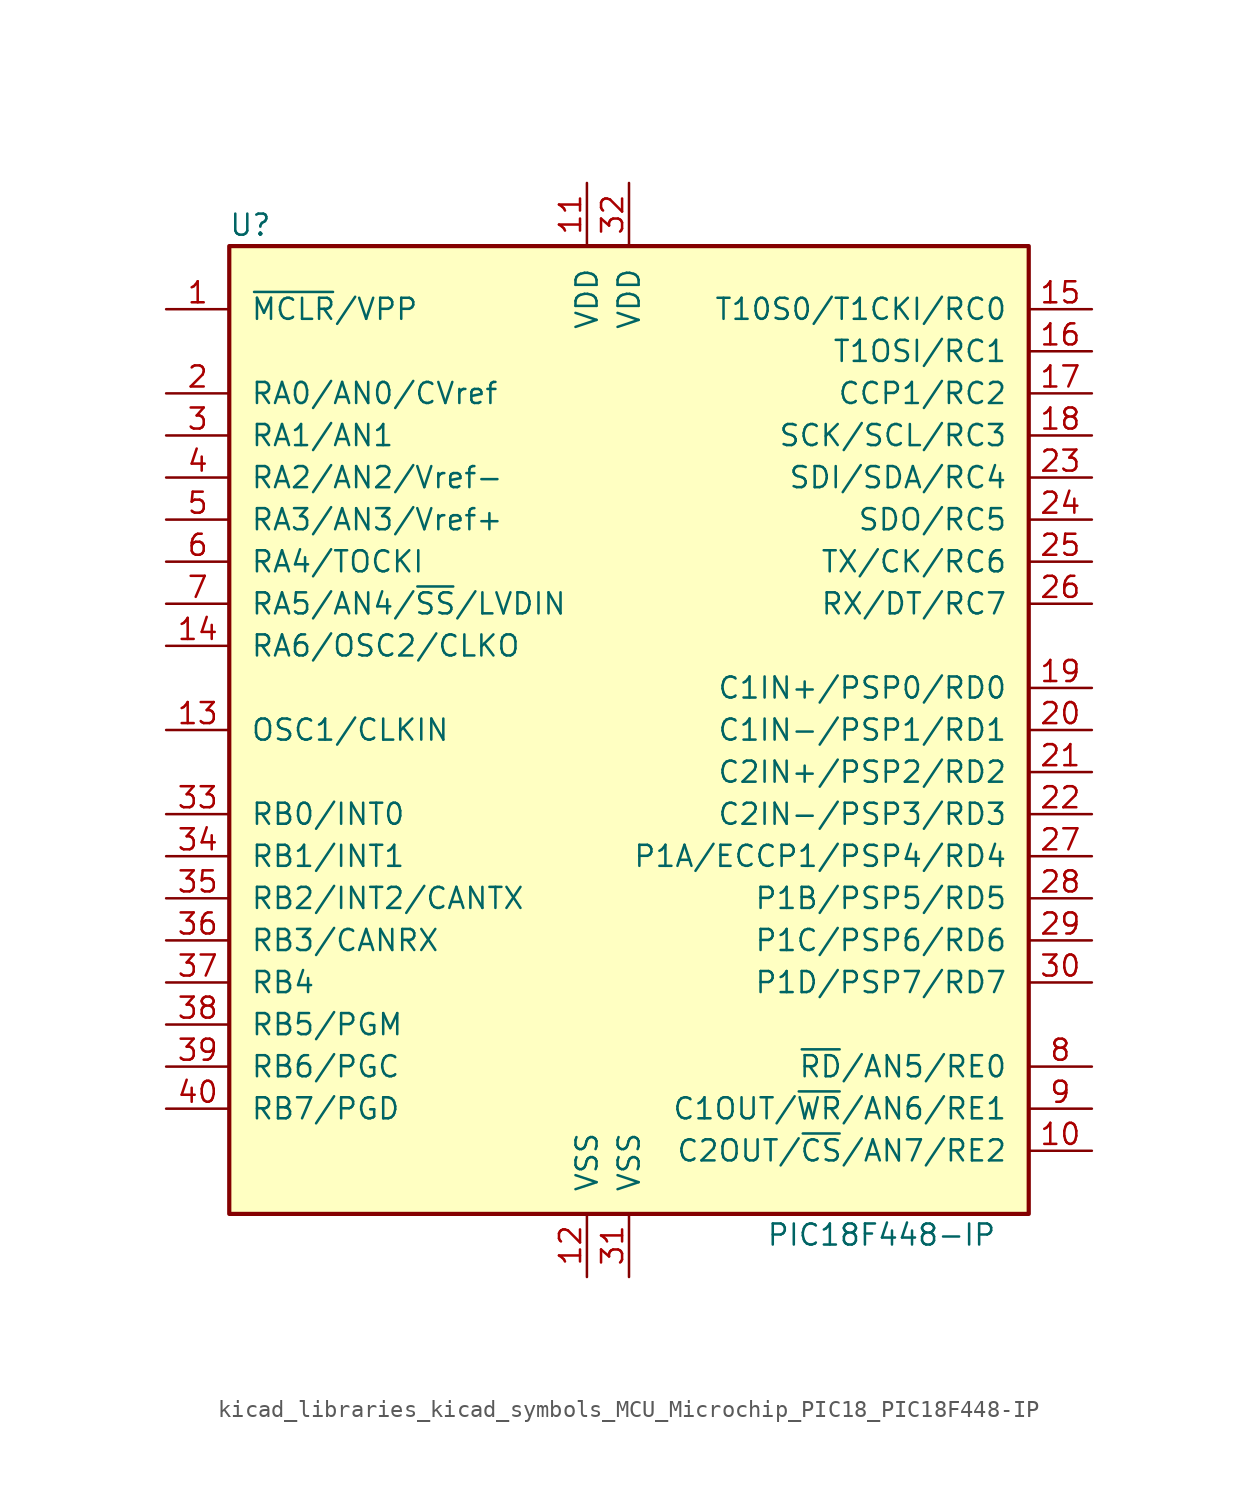
<source format=kicad_sym>
(kicad_symbol_lib
  (version 20220914)
  (generator kicad_symbol_editor)
  (symbol "kicad_libraries_kicad_symbols_MCU_Microchip_PIC18_PIC18F448-IP"
    (pin_names
      (offset 1.27))
    (property "Reference" "U"
      (at -22.86 30.48 0)
      (effects (font (size 1.27 1.27))))
    (property "Value" "PIC18F448-IP"
      (at 15.24 -30.48 0)
      (effects (font (size 1.27 1.27))))
    (symbol "kicad_libraries_kicad_symbols_MCU_Microchip_PIC18_PIC18F448-IP_0_1"
      (rectangle (start -24.13 -29.21) (end 24.13 29.21) (stroke (width 0.254) (type default)) (fill (type background))))
    (symbol "kicad_libraries_kicad_symbols_MCU_Microchip_PIC18_PIC18F448-IP_1_1"
      (pin input line (at -27.94 25.4 0) (length 3.81) (name "~{MCLR}/VPP" (effects (font (size 1.27 1.27)))) (number "1" (effects (font (size 1.27 1.27)))))
      (pin bidirectional line (at 27.94 -25.4 180) (length 3.81) (name "C2OUT/~{CS}/AN7/RE2" (effects (font (size 1.27 1.27)))) (number "10" (effects (font (size 1.27 1.27)))))
      (pin power_in line (at -2.54 33.02 270) (length 3.81) (name "VDD" (effects (font (size 1.27 1.27)))) (number "11" (effects (font (size 1.27 1.27)))))
      (pin power_in line (at -2.54 -33.02 90) (length 3.81) (name "VSS" (effects (font (size 1.27 1.27)))) (number "12" (effects (font (size 1.27 1.27)))))
      (pin input line (at -27.94 0 0) (length 3.81) (name "OSC1/CLKIN" (effects (font (size 1.27 1.27)))) (number "13" (effects (font (size 1.27 1.27)))))
      (pin output line (at -27.94 5.08 0) (length 3.81) (name "RA6/OSC2/CLKO" (effects (font (size 1.27 1.27)))) (number "14" (effects (font (size 1.27 1.27)))))
      (pin bidirectional line (at 27.94 25.4 180) (length 3.81) (name "T10S0/T1CKI/RC0" (effects (font (size 1.27 1.27)))) (number "15" (effects (font (size 1.27 1.27)))))
      (pin bidirectional line (at 27.94 22.86 180) (length 3.81) (name "T1OSI/RC1" (effects (font (size 1.27 1.27)))) (number "16" (effects (font (size 1.27 1.27)))))
      (pin bidirectional line (at 27.94 20.32 180) (length 3.81) (name "CCP1/RC2" (effects (font (size 1.27 1.27)))) (number "17" (effects (font (size 1.27 1.27)))))
      (pin bidirectional line (at 27.94 17.78 180) (length 3.81) (name "SCK/SCL/RC3" (effects (font (size 1.27 1.27)))) (number "18" (effects (font (size 1.27 1.27)))))
      (pin bidirectional line (at 27.94 2.54 180) (length 3.81) (name "C1IN+/PSP0/RD0" (effects (font (size 1.27 1.27)))) (number "19" (effects (font (size 1.27 1.27)))))
      (pin bidirectional line (at -27.94 20.32 0) (length 3.81) (name "RA0/AN0/CVref" (effects (font (size 1.27 1.27)))) (number "2" (effects (font (size 1.27 1.27)))))
      (pin bidirectional line (at 27.94 0 180) (length 3.81) (name "C1IN-/PSP1/RD1" (effects (font (size 1.27 1.27)))) (number "20" (effects (font (size 1.27 1.27)))))
      (pin bidirectional line (at 27.94 -2.54 180) (length 3.81) (name "C2IN+/PSP2/RD2" (effects (font (size 1.27 1.27)))) (number "21" (effects (font (size 1.27 1.27)))))
      (pin bidirectional line (at 27.94 -5.08 180) (length 3.81) (name "C2IN-/PSP3/RD3" (effects (font (size 1.27 1.27)))) (number "22" (effects (font (size 1.27 1.27)))))
      (pin bidirectional line (at 27.94 15.24 180) (length 3.81) (name "SDI/SDA/RC4" (effects (font (size 1.27 1.27)))) (number "23" (effects (font (size 1.27 1.27)))))
      (pin bidirectional line (at 27.94 12.7 180) (length 3.81) (name "SDO/RC5" (effects (font (size 1.27 1.27)))) (number "24" (effects (font (size 1.27 1.27)))))
      (pin bidirectional line (at 27.94 10.16 180) (length 3.81) (name "TX/CK/RC6" (effects (font (size 1.27 1.27)))) (number "25" (effects (font (size 1.27 1.27)))))
      (pin bidirectional line (at 27.94 7.62 180) (length 3.81) (name "RX/DT/RC7" (effects (font (size 1.27 1.27)))) (number "26" (effects (font (size 1.27 1.27)))))
      (pin bidirectional line (at 27.94 -7.62 180) (length 3.81) (name "P1A/ECCP1/PSP4/RD4" (effects (font (size 1.27 1.27)))) (number "27" (effects (font (size 1.27 1.27)))))
      (pin bidirectional line (at 27.94 -10.16 180) (length 3.81) (name "P1B/PSP5/RD5" (effects (font (size 1.27 1.27)))) (number "28" (effects (font (size 1.27 1.27)))))
      (pin bidirectional line (at 27.94 -12.7 180) (length 3.81) (name "P1C/PSP6/RD6" (effects (font (size 1.27 1.27)))) (number "29" (effects (font (size 1.27 1.27)))))
      (pin bidirectional line (at -27.94 17.78 0) (length 3.81) (name "RA1/AN1" (effects (font (size 1.27 1.27)))) (number "3" (effects (font (size 1.27 1.27)))))
      (pin bidirectional line (at 27.94 -15.24 180) (length 3.81) (name "P1D/PSP7/RD7" (effects (font (size 1.27 1.27)))) (number "30" (effects (font (size 1.27 1.27)))))
      (pin power_in line (at 0 -33.02 90) (length 3.81) (name "VSS" (effects (font (size 1.27 1.27)))) (number "31" (effects (font (size 1.27 1.27)))))
      (pin power_in line (at 0 33.02 270) (length 3.81) (name "VDD" (effects (font (size 1.27 1.27)))) (number "32" (effects (font (size 1.27 1.27)))))
      (pin bidirectional line (at -27.94 -5.08 0) (length 3.81) (name "RB0/INT0" (effects (font (size 1.27 1.27)))) (number "33" (effects (font (size 1.27 1.27)))))
      (pin bidirectional line (at -27.94 -7.62 0) (length 3.81) (name "RB1/INT1" (effects (font (size 1.27 1.27)))) (number "34" (effects (font (size 1.27 1.27)))))
      (pin bidirectional line (at -27.94 -10.16 0) (length 3.81) (name "RB2/INT2/CANTX" (effects (font (size 1.27 1.27)))) (number "35" (effects (font (size 1.27 1.27)))))
      (pin bidirectional line (at -27.94 -12.7 0) (length 3.81) (name "RB3/CANRX" (effects (font (size 1.27 1.27)))) (number "36" (effects (font (size 1.27 1.27)))))
      (pin bidirectional line (at -27.94 -15.24 0) (length 3.81) (name "RB4" (effects (font (size 1.27 1.27)))) (number "37" (effects (font (size 1.27 1.27)))))
      (pin bidirectional line (at -27.94 -17.78 0) (length 3.81) (name "RB5/PGM" (effects (font (size 1.27 1.27)))) (number "38" (effects (font (size 1.27 1.27)))))
      (pin bidirectional line (at -27.94 -20.32 0) (length 3.81) (name "RB6/PGC" (effects (font (size 1.27 1.27)))) (number "39" (effects (font (size 1.27 1.27)))))
      (pin bidirectional line (at -27.94 15.24 0) (length 3.81) (name "RA2/AN2/Vref-" (effects (font (size 1.27 1.27)))) (number "4" (effects (font (size 1.27 1.27)))))
      (pin bidirectional line (at -27.94 -22.86 0) (length 3.81) (name "RB7/PGD" (effects (font (size 1.27 1.27)))) (number "40" (effects (font (size 1.27 1.27)))))
      (pin bidirectional line (at -27.94 12.7 0) (length 3.81) (name "RA3/AN3/Vref+" (effects (font (size 1.27 1.27)))) (number "5" (effects (font (size 1.27 1.27)))))
      (pin bidirectional line (at -27.94 10.16 0) (length 3.81) (name "RA4/TOCKI" (effects (font (size 1.27 1.27)))) (number "6" (effects (font (size 1.27 1.27)))))
      (pin bidirectional line (at -27.94 7.62 0) (length 3.81) (name "RA5/AN4/~{SS}/LVDIN" (effects (font (size 1.27 1.27)))) (number "7" (effects (font (size 1.27 1.27)))))
      (pin bidirectional line (at 27.94 -20.32 180) (length 3.81) (name "~{RD}/AN5/RE0" (effects (font (size 1.27 1.27)))) (number "8" (effects (font (size 1.27 1.27)))))
      (pin bidirectional line (at 27.94 -22.86 180) (length 3.81) (name "C1OUT/~{WR}/AN6/RE1" (effects (font (size 1.27 1.27)))) (number "9" (effects (font (size 1.27 1.27))))))))
</source>
